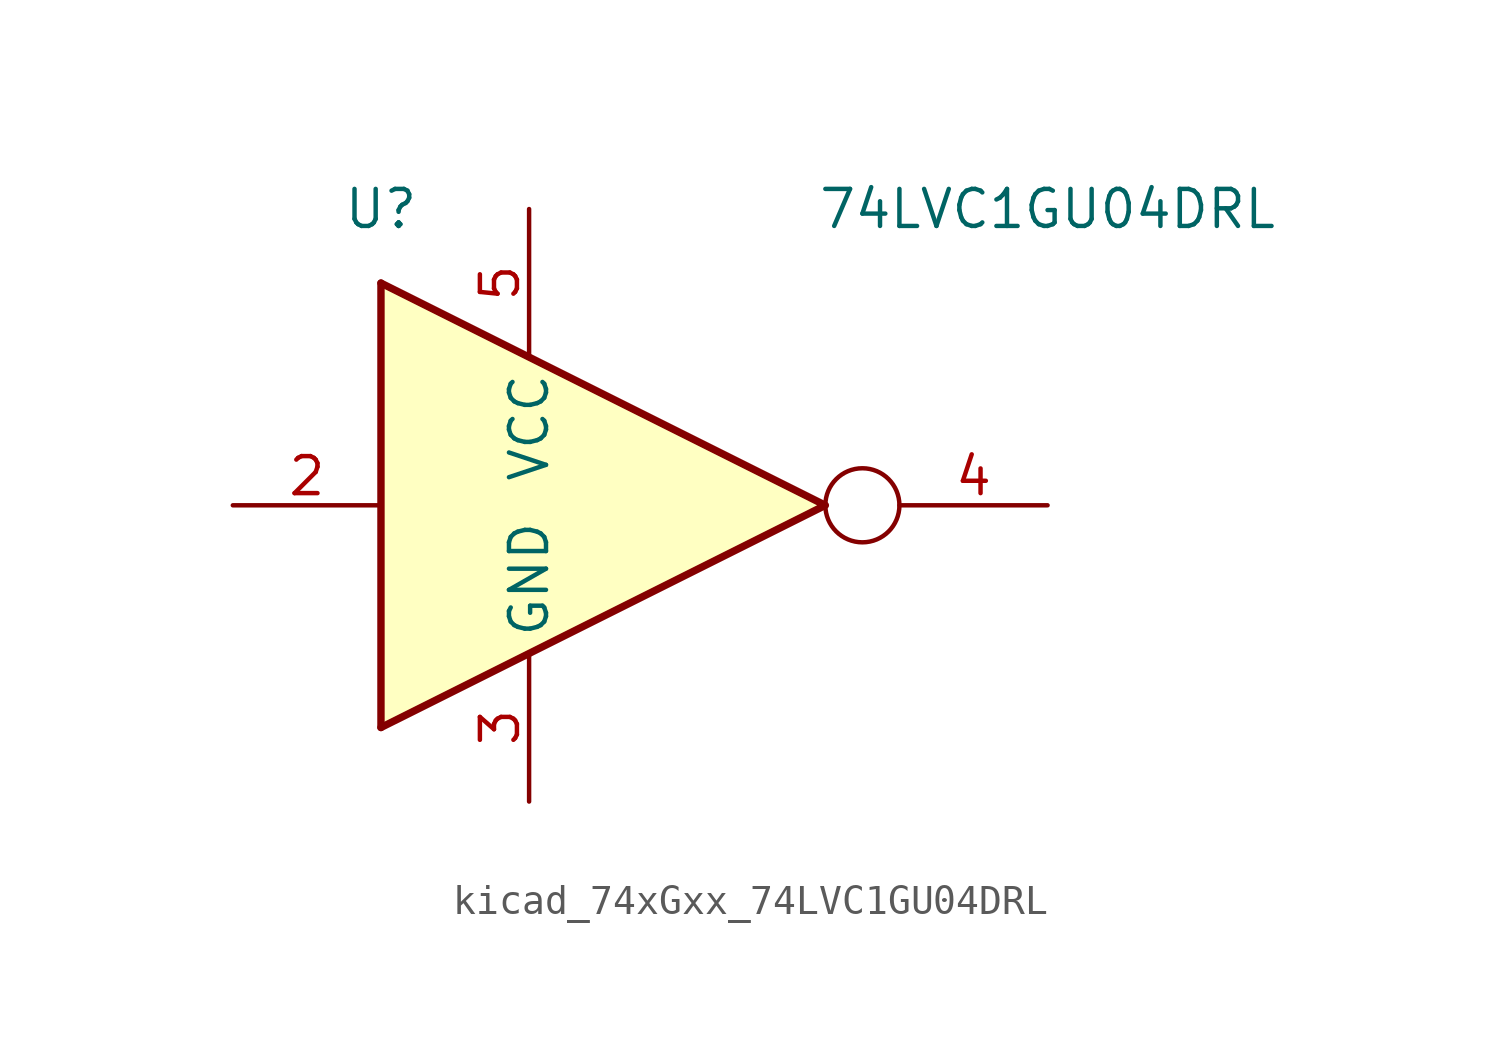
<source format=kicad_sym>
(kicad_symbol_lib
  (version 20220914)
  (generator kicad_symbol_editor)
  (symbol "kicad_74xGxx_74LVC1GU04DRL"
    (property "Reference" "U"
      (at -5.08 10.16 0)
      (effects (font (size 1.27 1.27))))
    (property "Value" "74LVC1GU04DRL"
      (at 17.78 10.16 0)
      (effects (font (size 1.27 1.27))))
    (symbol "kicad_74xGxx_74LVC1GU04DRL_0_1"
      (rectangle (start -5.08 7.62) (end -5.08 -7.62) (stroke (width 0.254) (type default)) (fill (type background)))
      (polyline (pts (xy -5.08 -7.62) (xy 10.16 0) (xy -5.08 7.62)) (stroke (width 0.254) (type default)) (fill (type background)))
      (circle (center 11.43 0) (radius 1.27) (stroke (width 0) (type default)) (fill (type none))))
    (symbol "kicad_74xGxx_74LVC1GU04DRL_1_1"
      (pin no_connect line (at 10.16 0 180) (length 5.08) hide (name "NC" (effects (font (size 1.27 1.27)))) (number "1" (effects (font (size 1.27 1.27)))))
      (pin input line (at -10.16 0 0) (length 5.08) (name "~" (effects (font (size 1.27 1.27)))) (number "2" (effects (font (size 1.27 1.27)))))
      (pin power_in line (at 0 -10.16 90) (length 5.08) (name "GND" (effects (font (size 1.27 1.27)))) (number "3" (effects (font (size 1.27 1.27)))))
      (pin output line (at 17.78 0 180) (length 5.08) (name "~" (effects (font (size 1.27 1.27)))) (number "4" (effects (font (size 1.27 1.27)))))
      (pin power_in line (at 0 10.16 270) (length 5.08) (name "VCC" (effects (font (size 1.27 1.27)))) (number "5" (effects (font (size 1.27 1.27))))))))
</source>
